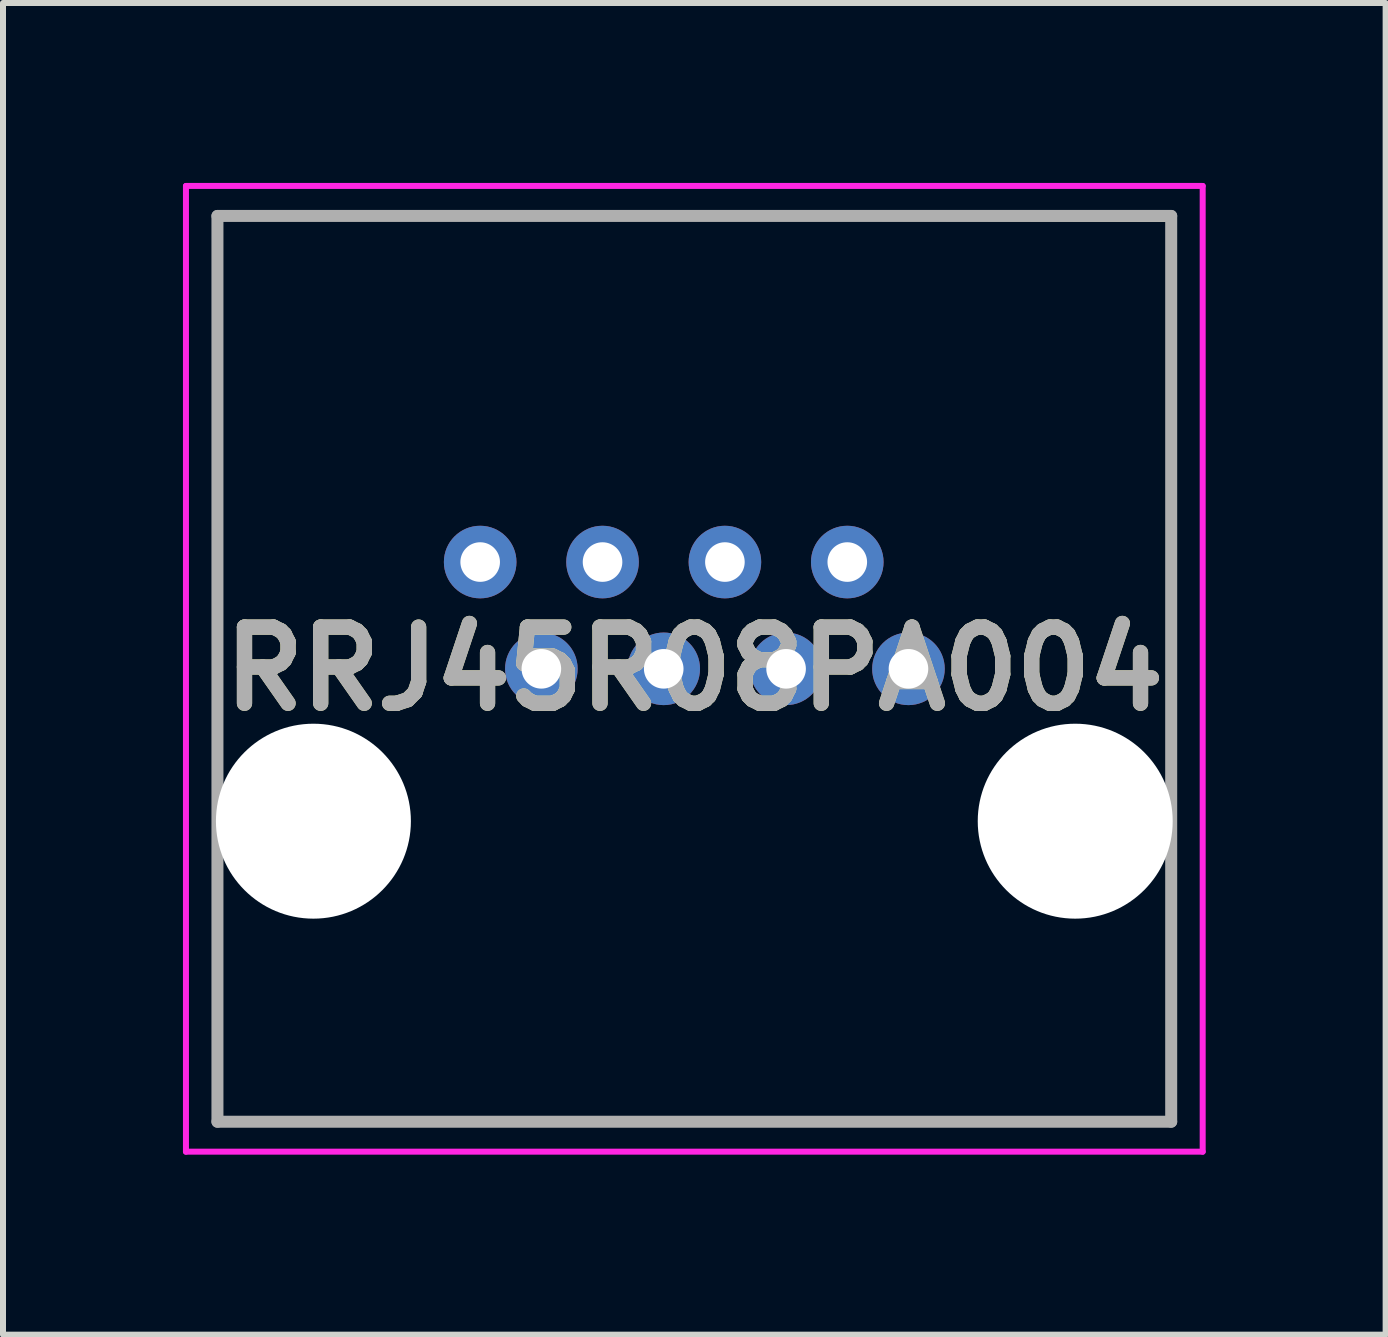
<source format=kicad_pcb>
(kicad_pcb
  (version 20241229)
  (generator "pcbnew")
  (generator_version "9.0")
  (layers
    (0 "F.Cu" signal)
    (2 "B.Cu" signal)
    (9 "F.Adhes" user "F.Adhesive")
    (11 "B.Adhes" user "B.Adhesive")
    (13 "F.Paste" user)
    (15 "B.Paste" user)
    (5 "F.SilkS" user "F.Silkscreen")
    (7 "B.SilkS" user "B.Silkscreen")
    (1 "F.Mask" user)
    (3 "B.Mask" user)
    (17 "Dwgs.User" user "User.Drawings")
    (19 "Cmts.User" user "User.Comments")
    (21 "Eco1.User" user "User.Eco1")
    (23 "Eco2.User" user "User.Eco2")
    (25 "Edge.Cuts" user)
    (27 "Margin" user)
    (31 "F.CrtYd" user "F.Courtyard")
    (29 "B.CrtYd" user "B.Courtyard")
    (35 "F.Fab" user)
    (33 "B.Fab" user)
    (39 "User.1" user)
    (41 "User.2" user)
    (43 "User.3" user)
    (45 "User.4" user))
  (footprint "RRJ45R08PA004"
    (layer "F.Cu")
    (at 4.955 6.32)
    (property "Reference" "RRJ45R08PA004" (at 3.57 1.78 0) (layer "F.SilkS") (effects (font (size 1.27 1.27) (thickness 0.254))))
    (attr through_hole)
    (fp_line (start -4.38 -5.77) (end -4.38 2.28) (stroke (width 0.1) (type solid)) (layer "F.SilkS"))
    (fp_line (start -4.38 6.28) (end -4.38 9.33) (stroke (width 0.1) (type solid)) (layer "F.SilkS"))
    (fp_line (start -4.38 9.33) (end 11.52 9.33) (stroke (width 0.1) (type solid)) (layer "F.SilkS"))
    (fp_line (start 11.52 -5.72) (end -4.38 -5.77) (stroke (width 0.1) (type solid)) (layer "F.SilkS"))
    (fp_line (start 11.52 2.28) (end 11.52 -5.72) (stroke (width 0.1) (type solid)) (layer "F.SilkS"))
    (fp_line (start 11.52 9.33) (end 11.52 6.28) (stroke (width 0.1) (type solid)) (layer "F.SilkS"))
    (fp_line (start -4.905 -6.27) (end 12.045 -6.27) (stroke (width 0.1) (type solid)) (layer "F.CrtYd"))
    (fp_line (start -4.905 9.83) (end -4.905 -6.27) (stroke (width 0.1) (type solid)) (layer "F.CrtYd"))
    (fp_line (start 12.045 -6.27) (end 12.045 9.83) (stroke (width 0.1) (type solid)) (layer "F.CrtYd"))
    (fp_line (start 12.045 9.83) (end -4.905 9.83) (stroke (width 0.1) (type solid)) (layer "F.CrtYd"))
    (fp_line (start -4.38 -5.77) (end 11.52 -5.77) (stroke (width 0.2) (type solid)) (layer "F.Fab"))
    (fp_line (start -4.38 9.33) (end -4.38 -5.77) (stroke (width 0.2) (type solid)) (layer "F.Fab"))
    (fp_line (start 11.52 -5.77) (end 11.52 9.33) (stroke (width 0.2) (type solid)) (layer "F.Fab"))
    (fp_line (start 11.52 9.33) (end -4.38 9.33) (stroke (width 0.2) (type solid)) (layer "F.Fab"))
    (fp_text user "${REFERENCE}" (at 3.57 1.78 0) (layer "F.Fab") (effects (font (size 1.27 1.27) (thickness 0.254))))
    (pad "" np_thru_hole circle (at -2.78 4.32) (size 3.25 3.25) (drill 3.25) (layers "*.Cu" "*.Mask"))
    (pad "" np_thru_hole circle (at 9.92 4.32) (size 3.25 3.25) (drill 3.25) (layers "*.Cu" "*.Mask"))
    (pad "1" thru_hole circle (at 0 0) (size 1.21 1.21) (drill 0.66) (layers "*.Cu" "*.Mask"))
    (pad "2" thru_hole circle (at 1.02 1.78) (size 1.21 1.21) (drill 0.66) (layers "*.Cu" "*.Mask"))
    (pad "3" thru_hole circle (at 2.04 0) (size 1.21 1.21) (drill 0.66) (layers "*.Cu" "*.Mask"))
    (pad "4" thru_hole circle (at 3.06 1.78) (size 1.21 1.21) (drill 0.66) (layers "*.Cu" "*.Mask"))
    (pad "5" thru_hole circle (at 4.08 0) (size 1.21 1.21) (drill 0.66) (layers "*.Cu" "*.Mask"))
    (pad "6" thru_hole circle (at 5.1 1.78) (size 1.21 1.21) (drill 0.66) (layers "*.Cu" "*.Mask"))
    (pad "7" thru_hole circle (at 6.12 0) (size 1.21 1.21) (drill 0.66) (layers "*.Cu" "*.Mask"))
    (pad "8" thru_hole circle (at 7.14 1.78) (size 1.21 1.21) (drill 0.66) (layers "*.Cu" "*.Mask")))
  (gr_rect
    (start -3 -3)
    (end 20.05 19.2)
    (stroke (width 0.1) (type default))
    (fill no)
    (layer "Edge.Cuts")))
</source>
